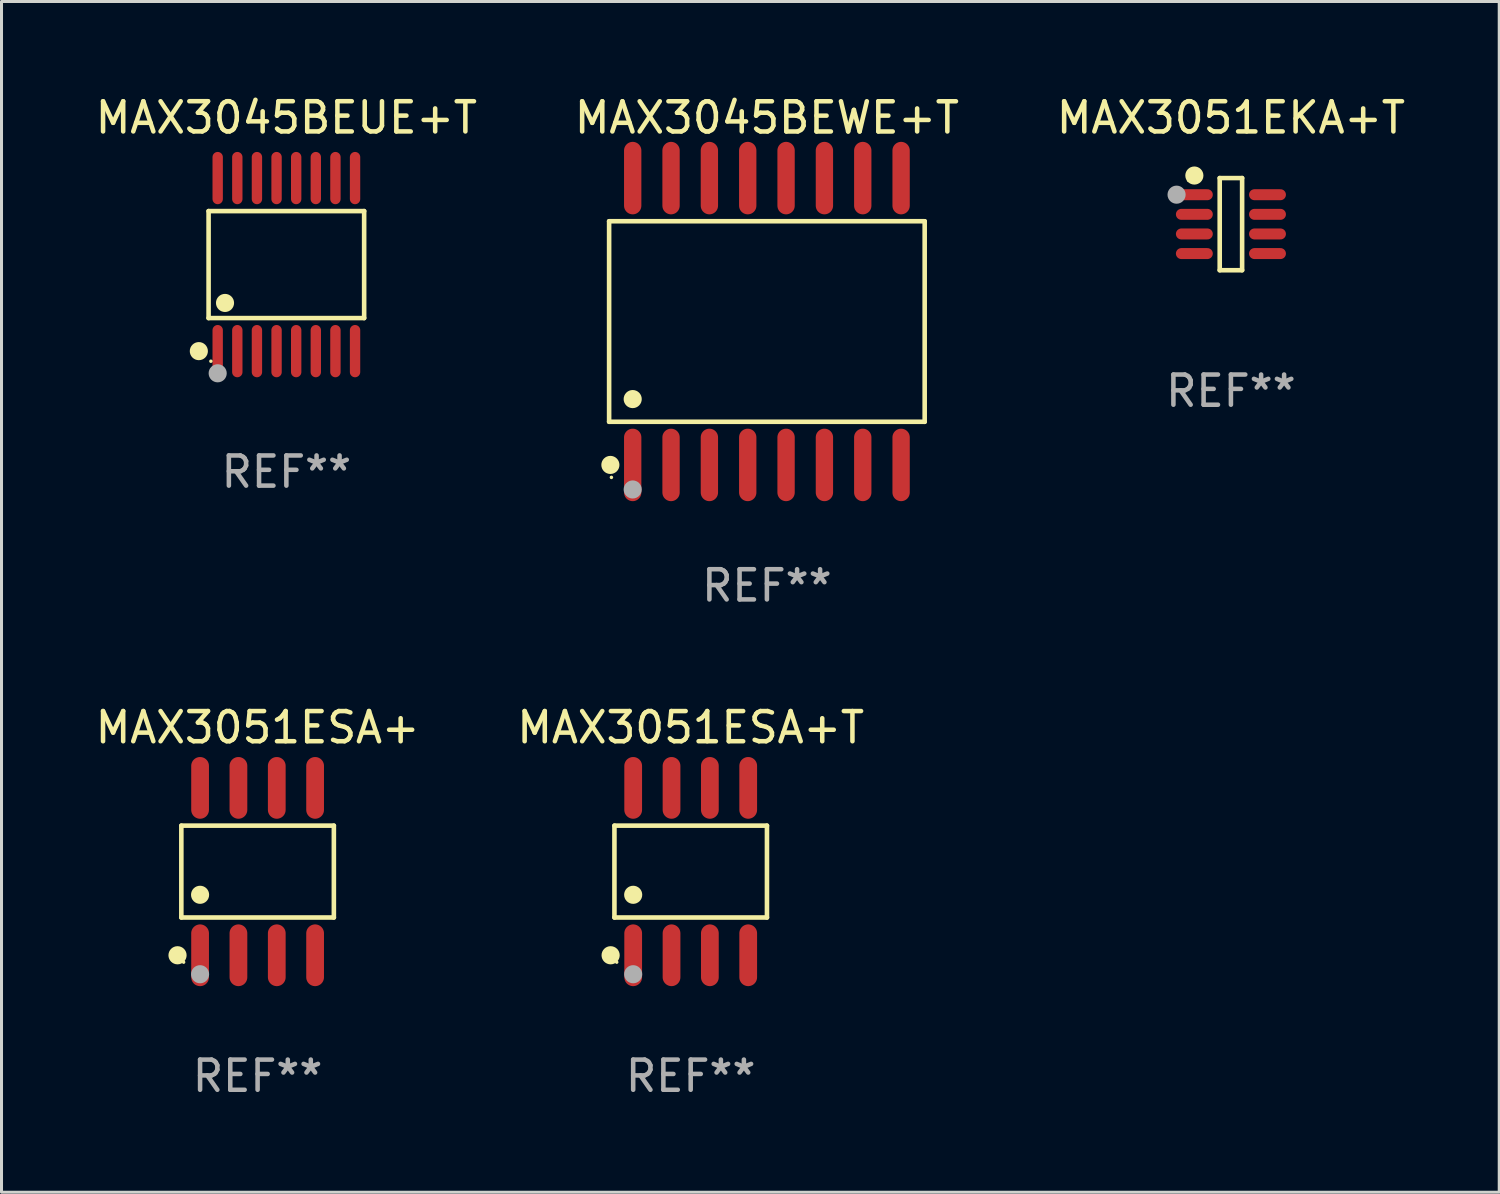
<source format=kicad_pcb>
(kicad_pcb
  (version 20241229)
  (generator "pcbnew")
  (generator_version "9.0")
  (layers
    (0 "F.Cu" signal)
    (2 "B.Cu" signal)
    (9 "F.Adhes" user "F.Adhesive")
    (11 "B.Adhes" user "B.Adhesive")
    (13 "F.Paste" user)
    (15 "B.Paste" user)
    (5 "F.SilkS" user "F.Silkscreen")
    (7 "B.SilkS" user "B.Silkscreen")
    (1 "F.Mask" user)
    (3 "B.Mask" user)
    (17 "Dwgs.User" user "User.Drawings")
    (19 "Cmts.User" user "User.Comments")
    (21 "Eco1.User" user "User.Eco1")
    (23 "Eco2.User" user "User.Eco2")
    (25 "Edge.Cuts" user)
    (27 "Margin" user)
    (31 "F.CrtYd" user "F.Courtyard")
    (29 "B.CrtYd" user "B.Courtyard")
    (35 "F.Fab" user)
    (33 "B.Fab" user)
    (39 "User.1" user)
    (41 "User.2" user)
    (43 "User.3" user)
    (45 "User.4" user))
  (footprint "MAX3051ESA+"
    (layer "F.Cu")
    (at 5.482 25.818)
    (property "Reference" "MAX3051ESA+" (at 0 -4.772 0) (layer "F.SilkS") (effects (font (size 1 1) (thickness 0.15))))
    (attr through_hole)
    (fp_line (start -2.526 -1.521) (end 2.526 -1.521) (stroke (width 0.152) (type solid)) (layer "F.SilkS"))
    (fp_line (start -2.526 1.521) (end -2.526 -1.521) (stroke (width 0.152) (type solid)) (layer "F.SilkS"))
    (fp_line (start 2.526 -1.521) (end 2.526 1.521) (stroke (width 0.152) (type solid)) (layer "F.SilkS"))
    (fp_line (start 2.526 1.521) (end -2.526 1.521) (stroke (width 0.152) (type solid)) (layer "F.SilkS"))
    (fp_circle (center -2.652 2.772) (end -2.501 2.772) (stroke (width 0.3) (type solid)) (fill no) (layer "F.SilkS"))
    (fp_circle (center -2.45 3) (end -2.42 3) (stroke (width 0.06) (type solid)) (fill no) (layer "F.SilkS"))
    (fp_circle (center -1.905 0.769) (end -1.755 0.769) (stroke (width 0.3) (type solid)) (fill no) (layer "F.SilkS"))
    (fp_circle (center -1.905 3.4) (end -1.755 3.4) (stroke (width 0.3) (type solid)) (fill no) (layer "F.Fab"))
    (fp_text user "REF**" (at 0 6.772 0) (layer "F.Fab") (effects (font (size 1 1) (thickness 0.15))))
    (pad "1" smd oval (at -1.905 2.772) (size 0.588 2.045) (layers "F.Cu" "F.Mask" "F.Paste"))
    (pad "2" smd oval (at -0.635 2.772) (size 0.588 2.045) (layers "F.Cu" "F.Mask" "F.Paste"))
    (pad "3" smd oval (at 0.635 2.772) (size 0.588 2.045) (layers "F.Cu" "F.Mask" "F.Paste"))
    (pad "4" smd oval (at 1.905 2.772) (size 0.588 2.045) (layers "F.Cu" "F.Mask" "F.Paste"))
    (pad "5" smd oval (at 1.905 -2.772) (size 0.588 2.045) (layers "F.Cu" "F.Mask" "F.Paste"))
    (pad "6" smd oval (at 0.635 -2.772) (size 0.588 2.045) (layers "F.Cu" "F.Mask" "F.Paste"))
    (pad "7" smd oval (at -0.635 -2.772) (size 0.588 2.045) (layers "F.Cu" "F.Mask" "F.Paste"))
    (pad "8" smd oval (at -1.905 -2.772) (size 0.588 2.045) (layers "F.Cu" "F.Mask" "F.Paste")))
  (footprint "MAX3051ESA+T"
    (layer "F.Cu")
    (at 19.827 25.818)
    (property "Reference" "MAX3051ESA+T" (at 0 -4.772 0) (layer "F.SilkS") (effects (font (size 1 1) (thickness 0.15))))
    (attr through_hole)
    (fp_line (start -2.526 -1.521) (end 2.526 -1.521) (stroke (width 0.152) (type solid)) (layer "F.SilkS"))
    (fp_line (start -2.526 1.521) (end -2.526 -1.521) (stroke (width 0.152) (type solid)) (layer "F.SilkS"))
    (fp_line (start 2.526 -1.521) (end 2.526 1.521) (stroke (width 0.152) (type solid)) (layer "F.SilkS"))
    (fp_line (start 2.526 1.521) (end -2.526 1.521) (stroke (width 0.152) (type solid)) (layer "F.SilkS"))
    (fp_circle (center -2.652 2.772) (end -2.501 2.772) (stroke (width 0.3) (type solid)) (fill no) (layer "F.SilkS"))
    (fp_circle (center -2.45 3) (end -2.42 3) (stroke (width 0.06) (type solid)) (fill no) (layer "F.SilkS"))
    (fp_circle (center -1.905 0.769) (end -1.755 0.769) (stroke (width 0.3) (type solid)) (fill no) (layer "F.SilkS"))
    (fp_circle (center -1.905 3.4) (end -1.755 3.4) (stroke (width 0.3) (type solid)) (fill no) (layer "F.Fab"))
    (fp_text user "REF**" (at 0 6.772 0) (layer "F.Fab") (effects (font (size 1 1) (thickness 0.15))))
    (pad "1" smd oval (at -1.905 2.772) (size 0.588 2.045) (layers "F.Cu" "F.Mask" "F.Paste"))
    (pad "2" smd oval (at -0.635 2.772) (size 0.588 2.045) (layers "F.Cu" "F.Mask" "F.Paste"))
    (pad "3" smd oval (at 0.635 2.772) (size 0.588 2.045) (layers "F.Cu" "F.Mask" "F.Paste"))
    (pad "4" smd oval (at 1.905 2.772) (size 0.588 2.045) (layers "F.Cu" "F.Mask" "F.Paste"))
    (pad "5" smd oval (at 1.905 -2.772) (size 0.588 2.045) (layers "F.Cu" "F.Mask" "F.Paste"))
    (pad "6" smd oval (at 0.635 -2.772) (size 0.588 2.045) (layers "F.Cu" "F.Mask" "F.Paste"))
    (pad "7" smd oval (at -0.635 -2.772) (size 0.588 2.045) (layers "F.Cu" "F.Mask" "F.Paste"))
    (pad "8" smd oval (at -1.905 -2.772) (size 0.588 2.045) (layers "F.Cu" "F.Mask" "F.Paste")))
  (footprint "MAX3051EKA+T"
    (layer "F.Cu")
    (at 37.72 4.374)
    (property "Reference" "MAX3051EKA+T" (at 0 -3.526 0) (layer "F.SilkS") (effects (font (size 1 1) (thickness 0.15))))
    (attr through_hole)
    (fp_line (start -0.371 -1.526) (end 0.371 -1.526) (stroke (width 0.152) (type solid)) (layer "F.SilkS"))
    (fp_line (start -0.371 1.526) (end -0.371 -1.526) (stroke (width 0.152) (type solid)) (layer "F.SilkS"))
    (fp_line (start 0.371 -1.526) (end 0.371 1.526) (stroke (width 0.152) (type solid)) (layer "F.SilkS"))
    (fp_line (start 0.371 1.526) (end -0.371 1.526) (stroke (width 0.152) (type solid)) (layer "F.SilkS"))
    (fp_circle (center -1.4 -1.451) (end -1.37 -1.451) (stroke (width 0.06) (type solid)) (fill no) (layer "F.SilkS"))
    (fp_circle (center -1.211 -1.61) (end -1.061 -1.61) (stroke (width 0.3) (type solid)) (fill no) (layer "F.SilkS"))
    (fp_circle (center -1.8 -0.976) (end -1.65 -0.976) (stroke (width 0.3) (type solid)) (fill no) (layer "F.Fab"))
    (fp_text user "REF**" (at 0 5.526 0) (layer "F.Fab") (effects (font (size 1 1) (thickness 0.15))))
    (pad "1" smd oval (at -1.211 -0.975 270) (size 0.364 1.222) (layers "F.Cu" "F.Mask" "F.Paste"))
    (pad "2" smd oval (at -1.211 -0.325 270) (size 0.364 1.222) (layers "F.Cu" "F.Mask" "F.Paste"))
    (pad "3" smd oval (at -1.211 0.325 270) (size 0.364 1.222) (layers "F.Cu" "F.Mask" "F.Paste"))
    (pad "4" smd oval (at -1.211 0.975 270) (size 0.364 1.222) (layers "F.Cu" "F.Mask" "F.Paste"))
    (pad "5" smd oval (at 1.211 0.975 270) (size 0.364 1.222) (layers "F.Cu" "F.Mask" "F.Paste"))
    (pad "6" smd oval (at 1.211 0.325 270) (size 0.364 1.222) (layers "F.Cu" "F.Mask" "F.Paste"))
    (pad "7" smd oval (at 1.211 -0.325 270) (size 0.364 1.222) (layers "F.Cu" "F.Mask" "F.Paste"))
    (pad "8" smd oval (at 1.211 -0.975 270) (size 0.364 1.222) (layers "F.Cu" "F.Mask" "F.Paste")))
  (footprint "MAX3045BEWE+T"
    (layer "F.Cu")
    (at 22.351 7.599)
    (property "Reference" "MAX3045BEWE+T" (at 0 -6.75 0) (layer "F.SilkS") (effects (font (size 1 1) (thickness 0.15))))
    (attr through_hole)
    (fp_line (start -5.226 -3.321) (end 5.226 -3.321) (stroke (width 0.152) (type solid)) (layer "F.SilkS"))
    (fp_line (start -5.226 3.321) (end -5.226 -3.321) (stroke (width 0.152) (type solid)) (layer "F.SilkS"))
    (fp_line (start 5.226 -3.321) (end 5.226 3.321) (stroke (width 0.152) (type solid)) (layer "F.SilkS"))
    (fp_line (start 5.226 3.321) (end -5.226 3.321) (stroke (width 0.152) (type solid)) (layer "F.SilkS"))
    (fp_circle (center -5.184 4.75) (end -5.034 4.75) (stroke (width 0.3) (type solid)) (fill no) (layer "F.SilkS"))
    (fp_circle (center -5.15 5.163) (end -5.12 5.163) (stroke (width 0.06) (type solid)) (fill no) (layer "F.SilkS"))
    (fp_circle (center -4.445 2.569) (end -4.295 2.569) (stroke (width 0.3) (type solid)) (fill no) (layer "F.SilkS"))
    (fp_circle (center -4.445 5.563) (end -4.295 5.563) (stroke (width 0.3) (type solid)) (fill no) (layer "F.Fab"))
    (fp_text user "REF**" (at 0 8.75 0) (layer "F.Fab") (effects (font (size 1 1) (thickness 0.15))))
    (pad "1" smd oval (at -4.445 4.75) (size 0.574 2.401) (layers "F.Cu" "F.Mask" "F.Paste"))
    (pad "2" smd oval (at -3.175 4.75) (size 0.574 2.401) (layers "F.Cu" "F.Mask" "F.Paste"))
    (pad "3" smd oval (at -1.905 4.75) (size 0.574 2.401) (layers "F.Cu" "F.Mask" "F.Paste"))
    (pad "4" smd oval (at -0.635 4.75) (size 0.574 2.401) (layers "F.Cu" "F.Mask" "F.Paste"))
    (pad "5" smd oval (at 0.635 4.75) (size 0.574 2.401) (layers "F.Cu" "F.Mask" "F.Paste"))
    (pad "6" smd oval (at 1.905 4.75) (size 0.574 2.401) (layers "F.Cu" "F.Mask" "F.Paste"))
    (pad "7" smd oval (at 3.175 4.75) (size 0.574 2.401) (layers "F.Cu" "F.Mask" "F.Paste"))
    (pad "8" smd oval (at 4.445 4.75) (size 0.574 2.401) (layers "F.Cu" "F.Mask" "F.Paste"))
    (pad "9" smd oval (at 4.445 -4.75) (size 0.574 2.401) (layers "F.Cu" "F.Mask" "F.Paste"))
    (pad "10" smd oval (at 3.175 -4.75) (size 0.574 2.401) (layers "F.Cu" "F.Mask" "F.Paste"))
    (pad "11" smd oval (at 1.905 -4.75) (size 0.574 2.401) (layers "F.Cu" "F.Mask" "F.Paste"))
    (pad "12" smd oval (at 0.635 -4.75) (size 0.574 2.401) (layers "F.Cu" "F.Mask" "F.Paste"))
    (pad "13" smd oval (at -0.635 -4.75) (size 0.574 2.401) (layers "F.Cu" "F.Mask" "F.Paste"))
    (pad "14" smd oval (at -1.905 -4.75) (size 0.574 2.401) (layers "F.Cu" "F.Mask" "F.Paste"))
    (pad "15" smd oval (at -3.175 -4.75) (size 0.574 2.401) (layers "F.Cu" "F.Mask" "F.Paste"))
    (pad "16" smd oval (at -4.445 -4.75) (size 0.574 2.401) (layers "F.Cu" "F.Mask" "F.Paste")))
  (footprint "MAX3045BEUE+T"
    (layer "F.Cu")
    (at 6.435 5.714)
    (property "Reference" "MAX3045BEUE+T" (at 0 -4.866 0) (layer "F.SilkS") (effects (font (size 1 1) (thickness 0.15))))
    (attr through_hole)
    (fp_line (start -2.576 -1.772) (end 2.576 -1.772) (stroke (width 0.152) (type solid)) (layer "F.SilkS"))
    (fp_line (start -2.576 1.771) (end -2.576 -1.772) (stroke (width 0.152) (type solid)) (layer "F.SilkS"))
    (fp_line (start 2.576 -1.772) (end 2.576 1.771) (stroke (width 0.152) (type solid)) (layer "F.SilkS"))
    (fp_line (start 2.576 1.771) (end -2.576 1.771) (stroke (width 0.152) (type solid)) (layer "F.SilkS"))
    (fp_circle (center -2.899 2.866) (end -2.749 2.866) (stroke (width 0.3) (type solid)) (fill no) (layer "F.SilkS"))
    (fp_circle (center -2.5 3.2) (end -2.47 3.2) (stroke (width 0.06) (type solid)) (fill no) (layer "F.SilkS"))
    (fp_circle (center -2.032 1.27) (end -1.882 1.27) (stroke (width 0.3) (type solid)) (fill no) (layer "F.SilkS"))
    (fp_circle (center -2.275 3.6) (end -2.125 3.6) (stroke (width 0.3) (type solid)) (fill no) (layer "F.Fab"))
    (fp_text user "REF**" (at 0 6.866 0) (layer "F.Fab") (effects (font (size 1 1) (thickness 0.15))))
    (pad "1" smd oval (at -2.275 2.866) (size 0.343 1.731) (layers "F.Cu" "F.Mask" "F.Paste"))
    (pad "2" smd oval (at -1.625 2.866) (size 0.343 1.731) (layers "F.Cu" "F.Mask" "F.Paste"))
    (pad "3" smd oval (at -0.975 2.866) (size 0.343 1.731) (layers "F.Cu" "F.Mask" "F.Paste"))
    (pad "4" smd oval (at -0.325 2.866) (size 0.343 1.731) (layers "F.Cu" "F.Mask" "F.Paste"))
    (pad "5" smd oval (at 0.325 2.866) (size 0.343 1.731) (layers "F.Cu" "F.Mask" "F.Paste"))
    (pad "6" smd oval (at 0.975 2.866) (size 0.343 1.731) (layers "F.Cu" "F.Mask" "F.Paste"))
    (pad "7" smd oval (at 1.625 2.866) (size 0.343 1.731) (layers "F.Cu" "F.Mask" "F.Paste"))
    (pad "8" smd oval (at 2.275 2.866) (size 0.343 1.731) (layers "F.Cu" "F.Mask" "F.Paste"))
    (pad "9" smd oval (at 2.275 -2.866) (size 0.343 1.731) (layers "F.Cu" "F.Mask" "F.Paste"))
    (pad "10" smd oval (at 1.625 -2.866) (size 0.343 1.731) (layers "F.Cu" "F.Mask" "F.Paste"))
    (pad "11" smd oval (at 0.975 -2.866) (size 0.343 1.731) (layers "F.Cu" "F.Mask" "F.Paste"))
    (pad "12" smd oval (at 0.325 -2.866) (size 0.343 1.731) (layers "F.Cu" "F.Mask" "F.Paste"))
    (pad "13" smd oval (at -0.325 -2.866) (size 0.343 1.731) (layers "F.Cu" "F.Mask" "F.Paste"))
    (pad "14" smd oval (at -0.975 -2.866) (size 0.343 1.731) (layers "F.Cu" "F.Mask" "F.Paste"))
    (pad "15" smd oval (at -1.625 -2.866) (size 0.343 1.731) (layers "F.Cu" "F.Mask" "F.Paste"))
    (pad "16" smd oval (at -2.275 -2.866) (size 0.343 1.731) (layers "F.Cu" "F.Mask" "F.Paste")))
  (gr_rect
    (start -3 -3)
    (end 46.607 36.438)
    (stroke (width 0.1) (type default))
    (fill no)
    (layer "Edge.Cuts")))
</source>
